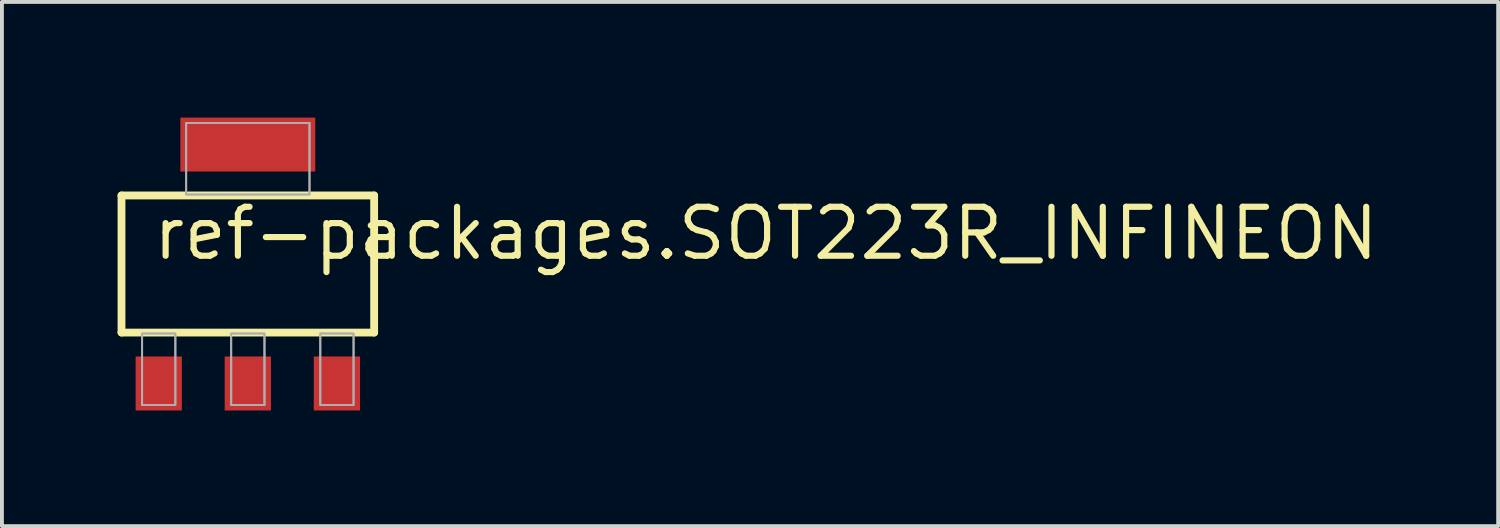
<source format=kicad_pcb>
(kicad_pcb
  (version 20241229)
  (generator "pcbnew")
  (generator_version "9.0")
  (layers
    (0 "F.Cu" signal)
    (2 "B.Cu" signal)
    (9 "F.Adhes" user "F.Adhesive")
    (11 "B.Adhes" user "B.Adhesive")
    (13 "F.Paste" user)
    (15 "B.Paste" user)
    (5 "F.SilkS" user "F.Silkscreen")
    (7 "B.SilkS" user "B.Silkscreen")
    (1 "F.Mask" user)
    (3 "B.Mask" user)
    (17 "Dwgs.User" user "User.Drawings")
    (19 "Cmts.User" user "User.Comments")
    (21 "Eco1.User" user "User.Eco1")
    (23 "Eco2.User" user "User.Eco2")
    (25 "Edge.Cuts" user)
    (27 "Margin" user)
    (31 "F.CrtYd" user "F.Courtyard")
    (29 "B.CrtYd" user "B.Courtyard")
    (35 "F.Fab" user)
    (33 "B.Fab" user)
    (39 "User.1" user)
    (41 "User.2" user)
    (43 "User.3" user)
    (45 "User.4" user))
  (footprint "ref-packages.SOT223R_INFINEON"
    (layer "F.Cu")
    (at 3.379 3.799)
    (property "Reference" "ref-packages.SOT223R_INFINEON" (at -2.54 -0.051 0) (layer "F.SilkS") (effects (font (size 1.27 1.27) (thickness 0.16)) (justify left bottom)))
    (attr smd)
    (fp_line (start -3.277 -1.778) (end 3.277 -1.778) (stroke (width 0.203) (type default)) (layer "F.SilkS"))
    (fp_line (start -3.277 1.778) (end -3.277 -1.778) (stroke (width 0.203) (type default)) (layer "F.SilkS"))
    (fp_line (start 3.277 -1.778) (end 3.277 1.778) (stroke (width 0.203) (type default)) (layer "F.SilkS"))
    (fp_line (start 3.277 1.778) (end -3.277 1.778) (stroke (width 0.203) (type default)) (layer "F.SilkS"))
    (fp_rect (start -2.743 3.658) (end -1.88 1.803) (stroke (width 0.05) (type default)) (fill no) (layer "F.Fab"))
    (fp_rect (start -2.743 3.658) (end -1.88 1.803) (stroke (width 0.05) (type default)) (fill no) (layer "F.Fab"))
    (fp_rect (start -1.6 -1.803) (end 1.6 -3.658) (stroke (width 0.05) (type default)) (fill no) (layer "F.Fab"))
    (fp_rect (start -1.6 -1.803) (end 1.6 -3.658) (stroke (width 0.05) (type default)) (fill no) (layer "F.Fab"))
    (fp_rect (start -0.432 3.658) (end 0.432 1.803) (stroke (width 0.05) (type default)) (fill no) (layer "F.Fab"))
    (fp_rect (start -0.432 3.658) (end 0.432 1.803) (stroke (width 0.05) (type default)) (fill no) (layer "F.Fab"))
    (fp_rect (start 1.88 3.658) (end 2.743 1.803) (stroke (width 0.05) (type default)) (fill no) (layer "F.Fab"))
    (fp_rect (start 1.88 3.658) (end 2.743 1.803) (stroke (width 0.05) (type default)) (fill no) (layer "F.Fab"))
    (pad "1" smd roundrect (at -2.311 3.099) (size 1.2 1.4) (layers "F.Cu" "F.Mask" "F.Paste") (roundrect_rratio 0.01))
    (pad "2" smd roundrect (at 0 3.099) (size 1.2 1.4) (layers "F.Cu" "F.Mask" "F.Paste") (roundrect_rratio 0.01))
    (pad "3" smd roundrect (at 2.311 3.099) (size 1.2 1.4) (layers "F.Cu" "F.Mask" "F.Paste") (roundrect_rratio 0.01))
    (pad "4" smd roundrect (at 0 -3.099) (size 3.5 1.4) (layers "F.Cu" "F.Mask" "F.Paste") (roundrect_rratio 0.01)))
  (gr_rect
    (start -3 -3)
    (end 35.815 10.598)
    (stroke (width 0.1) (type default))
    (fill no)
    (layer "Edge.Cuts")))
</source>
